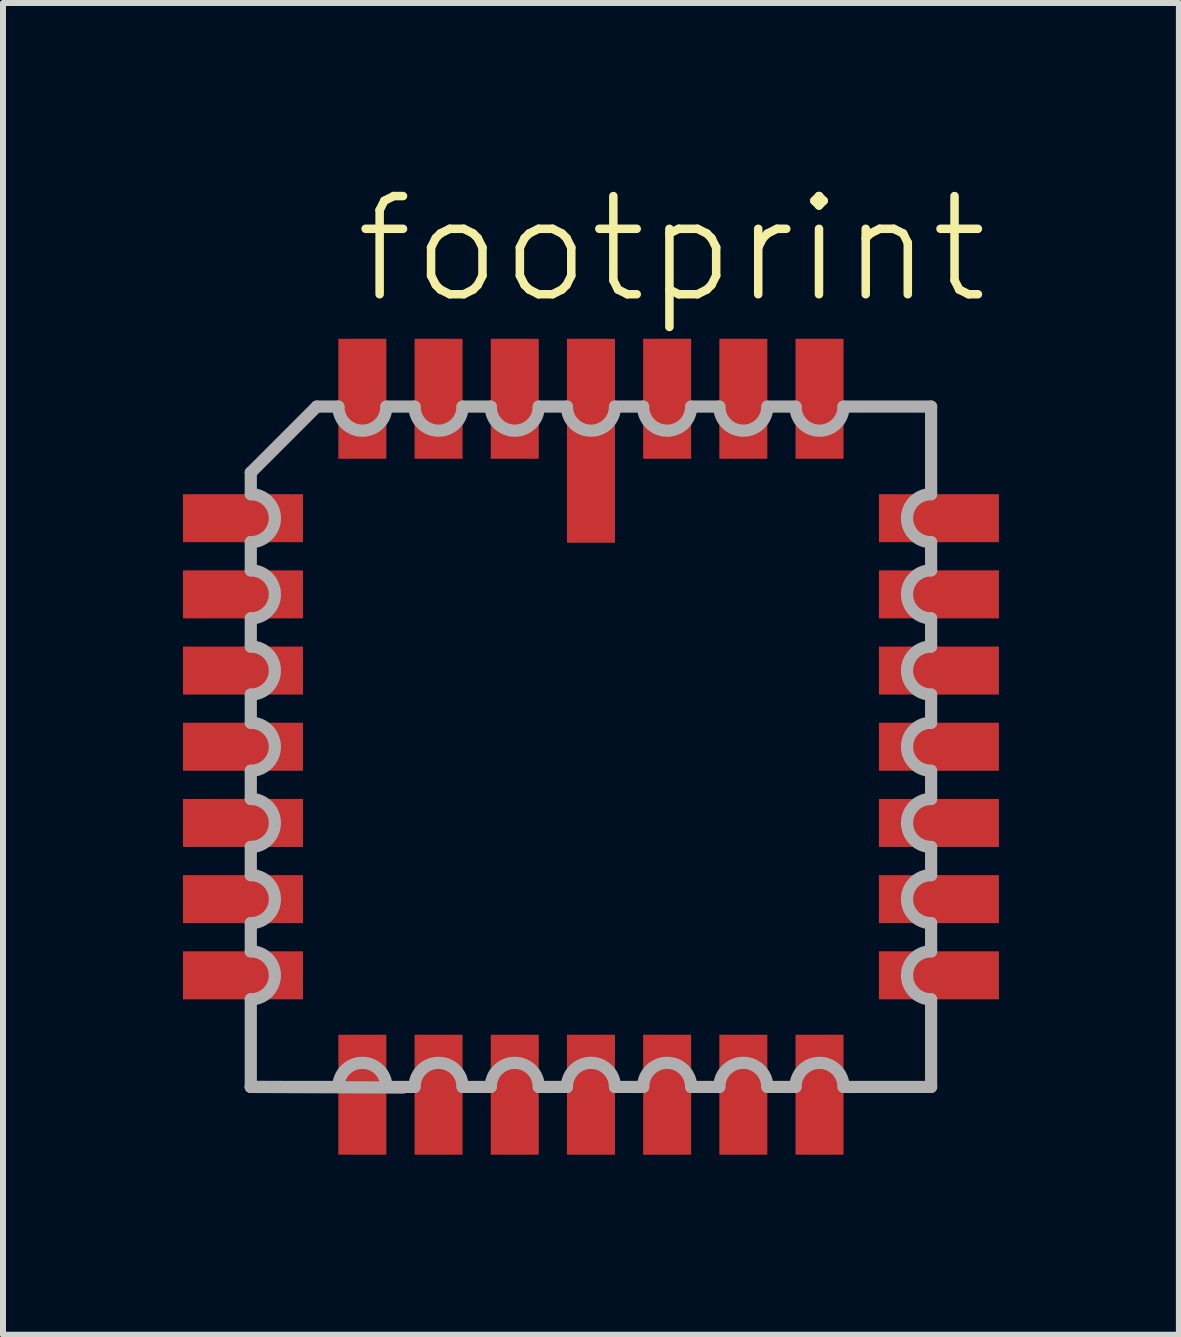
<source format=kicad_pcb>
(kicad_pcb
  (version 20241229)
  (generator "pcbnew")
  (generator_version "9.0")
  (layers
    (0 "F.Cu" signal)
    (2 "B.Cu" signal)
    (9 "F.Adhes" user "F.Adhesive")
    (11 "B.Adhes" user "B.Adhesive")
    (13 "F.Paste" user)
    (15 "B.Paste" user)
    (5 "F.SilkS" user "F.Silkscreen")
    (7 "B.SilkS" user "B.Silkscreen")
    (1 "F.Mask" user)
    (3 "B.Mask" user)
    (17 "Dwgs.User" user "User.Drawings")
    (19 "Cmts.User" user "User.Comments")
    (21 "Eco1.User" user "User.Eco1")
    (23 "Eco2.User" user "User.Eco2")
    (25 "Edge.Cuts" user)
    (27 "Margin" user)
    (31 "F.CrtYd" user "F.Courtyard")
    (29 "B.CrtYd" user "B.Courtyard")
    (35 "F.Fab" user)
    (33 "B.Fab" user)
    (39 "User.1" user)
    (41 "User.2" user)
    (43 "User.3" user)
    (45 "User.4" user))
  (footprint "footprint"
    (layer "F.Cu")
    (at 6.8 9.397)
    (property "Reference" "footprint" (at -4.005 -7.335 0) (layer "F.SilkS") (effects (font (size 1.636 1.636) (thickness 0.142)) (justify left bottom)))
    (fp_line (start -5.67 -4.57) (end -5.67 -4.21) (stroke (width 0.203) (type solid)) (layer "F.Fab"))
    (fp_line (start -5.67 -3.41) (end -5.67 -2.94) (stroke (width 0.203) (type solid)) (layer "F.Fab"))
    (fp_line (start -5.67 -2.14) (end -5.67 -1.67) (stroke (width 0.203) (type solid)) (layer "F.Fab"))
    (fp_line (start -5.67 -0.87) (end -5.67 -0.4) (stroke (width 0.203) (type solid)) (layer "F.Fab"))
    (fp_line (start -5.67 0.4) (end -5.67 0.87) (stroke (width 0.203) (type solid)) (layer "F.Fab"))
    (fp_line (start -5.67 1.67) (end -5.67 2.14) (stroke (width 0.203) (type solid)) (layer "F.Fab"))
    (fp_line (start -5.67 2.94) (end -5.67 3.41) (stroke (width 0.203) (type solid)) (layer "F.Fab"))
    (fp_line (start -5.67 4.21) (end -5.67 5.67) (stroke (width 0.203) (type solid)) (layer "F.Fab"))
    (fp_line (start -5.67 5.67) (end -4.21 5.67) (stroke (width 0.203) (type solid)) (layer "F.Fab"))
    (fp_line (start -5.67 5.67) (end -3.13 5.68) (stroke (width 0.203) (type solid)) (layer "F.Fab"))
    (fp_line (start -4.57 -5.67) (end -5.67 -4.57) (stroke (width 0.203) (type solid)) (layer "F.Fab"))
    (fp_line (start -4.21 -5.67) (end -4.57 -5.67) (stroke (width 0.203) (type solid)) (layer "F.Fab"))
    (fp_line (start -3.41 5.67) (end -2.94 5.67) (stroke (width 0.203) (type solid)) (layer "F.Fab"))
    (fp_line (start -2.94 -5.67) (end -3.41 -5.67) (stroke (width 0.203) (type solid)) (layer "F.Fab"))
    (fp_line (start -2.14 5.67) (end -1.67 5.67) (stroke (width 0.203) (type solid)) (layer "F.Fab"))
    (fp_line (start -1.67 -5.67) (end -2.14 -5.67) (stroke (width 0.203) (type solid)) (layer "F.Fab"))
    (fp_line (start -0.87 5.67) (end -0.4 5.67) (stroke (width 0.203) (type solid)) (layer "F.Fab"))
    (fp_line (start -0.4 -5.67) (end -0.87 -5.67) (stroke (width 0.203) (type solid)) (layer "F.Fab"))
    (fp_line (start 0.4 5.67) (end 0.87 5.67) (stroke (width 0.203) (type solid)) (layer "F.Fab"))
    (fp_line (start 0.87 -5.67) (end 0.4 -5.67) (stroke (width 0.203) (type solid)) (layer "F.Fab"))
    (fp_line (start 1.67 5.67) (end 2.14 5.67) (stroke (width 0.203) (type solid)) (layer "F.Fab"))
    (fp_line (start 2.14 -5.67) (end 1.67 -5.67) (stroke (width 0.203) (type solid)) (layer "F.Fab"))
    (fp_line (start 2.94 5.67) (end 3.41 5.67) (stroke (width 0.203) (type solid)) (layer "F.Fab"))
    (fp_line (start 3.41 -5.67) (end 2.94 -5.67) (stroke (width 0.203) (type solid)) (layer "F.Fab"))
    (fp_line (start 4.21 5.67) (end 5.67 5.67) (stroke (width 0.203) (type solid)) (layer "F.Fab"))
    (fp_line (start 5.67 -5.67) (end 4.21 -5.67) (stroke (width 0.203) (type solid)) (layer "F.Fab"))
    (fp_line (start 5.67 -4.21) (end 5.67 -5.67) (stroke (width 0.203) (type solid)) (layer "F.Fab"))
    (fp_line (start 5.67 -2.94) (end 5.67 -3.41) (stroke (width 0.203) (type solid)) (layer "F.Fab"))
    (fp_line (start 5.67 -1.67) (end 5.67 -2.14) (stroke (width 0.203) (type solid)) (layer "F.Fab"))
    (fp_line (start 5.67 -0.4) (end 5.67 -0.87) (stroke (width 0.203) (type solid)) (layer "F.Fab"))
    (fp_line (start 5.67 0.87) (end 5.67 0.4) (stroke (width 0.203) (type solid)) (layer "F.Fab"))
    (fp_line (start 5.67 2.14) (end 5.67 1.67) (stroke (width 0.203) (type solid)) (layer "F.Fab"))
    (fp_line (start 5.67 3.41) (end 5.67 2.94) (stroke (width 0.203) (type solid)) (layer "F.Fab"))
    (fp_line (start 5.67 5.67) (end 5.67 4.21) (stroke (width 0.203) (type solid)) (layer "F.Fab"))
    (fp_arc (start -5.6685 -4.21) (mid -5.2685 -3.81) (end -5.6685 -3.41) (stroke (width 0.2032) (type solid)) (layer "F.Fab"))
    (fp_arc (start -5.6685 -2.94) (mid -5.2685 -2.54) (end -5.6685 -2.14) (stroke (width 0.2032) (type solid)) (layer "F.Fab"))
    (fp_arc (start -5.6685 -1.67) (mid -5.2685 -1.27) (end -5.6685 -0.87) (stroke (width 0.2032) (type solid)) (layer "F.Fab"))
    (fp_arc (start -5.6685 -0.4001) (mid -5.2684 0) (end -5.6685 0.4001) (stroke (width 0.2032) (type solid)) (layer "F.Fab"))
    (fp_arc (start -5.6685 0.8699) (mid -5.2684 1.27) (end -5.6685 1.6701) (stroke (width 0.2032) (type solid)) (layer "F.Fab"))
    (fp_arc (start -5.6685 2.1399) (mid -5.2684 2.54) (end -5.6685 2.9401) (stroke (width 0.2032) (type solid)) (layer "F.Fab"))
    (fp_arc (start -5.6685 3.4099) (mid -5.2684 3.81) (end -5.6685 4.2101) (stroke (width 0.2032) (type solid)) (layer "F.Fab"))
    (fp_arc (start -4.2101 5.6685) (mid -3.81 5.2684) (end -3.4099 5.6685) (stroke (width 0.2032) (type solid)) (layer "F.Fab"))
    (fp_arc (start -3.4099 -5.6685) (mid -3.81 -5.2684) (end -4.2101 -5.6685) (stroke (width 0.2032) (type solid)) (layer "F.Fab"))
    (fp_arc (start -2.9401 5.6685) (mid -2.54 5.2684) (end -2.1399 5.6685) (stroke (width 0.2032) (type solid)) (layer "F.Fab"))
    (fp_arc (start -2.1399 -5.6685) (mid -2.54 -5.2684) (end -2.9401 -5.6685) (stroke (width 0.2032) (type solid)) (layer "F.Fab"))
    (fp_arc (start -1.6701 5.6685) (mid -1.27 5.2684) (end -0.8699 5.6685) (stroke (width 0.2032) (type solid)) (layer "F.Fab"))
    (fp_arc (start -0.8699 -5.6685) (mid -1.27 -5.2684) (end -1.6701 -5.6685) (stroke (width 0.2032) (type solid)) (layer "F.Fab"))
    (fp_arc (start -0.4001 5.6685) (mid 0 5.2684) (end 0.4001 5.6685) (stroke (width 0.2032) (type solid)) (layer "F.Fab"))
    (fp_arc (start 0.4001 -5.6685) (mid 0 -5.2684) (end -0.4001 -5.6685) (stroke (width 0.2032) (type solid)) (layer "F.Fab"))
    (fp_arc (start 0.87 5.6685) (mid 1.27 5.2685) (end 1.67 5.6685) (stroke (width 0.2032) (type solid)) (layer "F.Fab"))
    (fp_arc (start 1.67 -5.6685) (mid 1.27 -5.2685) (end 0.87 -5.6685) (stroke (width 0.2032) (type solid)) (layer "F.Fab"))
    (fp_arc (start 2.14 5.6685) (mid 2.54 5.2685) (end 2.94 5.6685) (stroke (width 0.2032) (type solid)) (layer "F.Fab"))
    (fp_arc (start 2.94 -5.6685) (mid 2.54 -5.2685) (end 2.14 -5.6685) (stroke (width 0.2032) (type solid)) (layer "F.Fab"))
    (fp_arc (start 3.41 5.6685) (mid 3.81 5.2685) (end 4.21 5.6685) (stroke (width 0.2032) (type solid)) (layer "F.Fab"))
    (fp_arc (start 4.21 -5.6685) (mid 3.81 -5.2685) (end 3.41 -5.6685) (stroke (width 0.2032) (type solid)) (layer "F.Fab"))
    (fp_arc (start 5.6685 -3.4099) (mid 5.2684 -3.81) (end 5.6685 -4.2101) (stroke (width 0.2032) (type solid)) (layer "F.Fab"))
    (fp_arc (start 5.6685 -2.1399) (mid 5.2684 -2.54) (end 5.6685 -2.9401) (stroke (width 0.2032) (type solid)) (layer "F.Fab"))
    (fp_arc (start 5.6685 -0.8699) (mid 5.2684 -1.27) (end 5.6685 -1.6701) (stroke (width 0.2032) (type solid)) (layer "F.Fab"))
    (fp_arc (start 5.6685 0.4001) (mid 5.2684 0) (end 5.6685 -0.4001) (stroke (width 0.2032) (type solid)) (layer "F.Fab"))
    (fp_arc (start 5.6685 1.67) (mid 5.2685 1.27) (end 5.6685 0.87) (stroke (width 0.2032) (type solid)) (layer "F.Fab"))
    (fp_arc (start 5.6685 2.94) (mid 5.2685 2.54) (end 5.6685 2.14) (stroke (width 0.2032) (type solid)) (layer "F.Fab"))
    (fp_arc (start 5.6685 4.21) (mid 5.2685 3.81) (end 5.6685 3.41) (stroke (width 0.2032) (type solid)) (layer "F.Fab"))
    (pad "1" smd rect (at 0 -5.1) (size 0.8 3.4) (layers "F.Cu" "F.Mask" "F.Paste"))
    (pad "2" smd rect (at -1.27 -5.8) (size 0.8 2) (layers "F.Cu" "F.Mask" "F.Paste"))
    (pad "3" smd rect (at -2.54 -5.8) (size 0.8 2) (layers "F.Cu" "F.Mask" "F.Paste"))
    (pad "4" smd rect (at -3.81 -5.8) (size 0.8 2) (layers "F.Cu" "F.Mask" "F.Paste"))
    (pad "5" smd rect (at -5.8 -3.81) (size 2 0.8) (layers "F.Cu" "F.Mask" "F.Paste"))
    (pad "6" smd rect (at -5.8 -2.54) (size 2 0.8) (layers "F.Cu" "F.Mask" "F.Paste"))
    (pad "7" smd rect (at -5.8 -1.27) (size 2 0.8) (layers "F.Cu" "F.Mask" "F.Paste"))
    (pad "8" smd rect (at -5.8 0) (size 2 0.8) (layers "F.Cu" "F.Mask" "F.Paste"))
    (pad "9" smd rect (at -5.8 1.27) (size 2 0.8) (layers "F.Cu" "F.Mask" "F.Paste"))
    (pad "10" smd rect (at -5.8 2.54) (size 2 0.8) (layers "F.Cu" "F.Mask" "F.Paste"))
    (pad "11" smd rect (at -5.8 3.81) (size 2 0.8) (layers "F.Cu" "F.Mask" "F.Paste"))
    (pad "12" smd rect (at -3.81 5.8) (size 0.8 2) (layers "F.Cu" "F.Mask" "F.Paste"))
    (pad "13" smd rect (at -2.54 5.8) (size 0.8 2) (layers "F.Cu" "F.Mask" "F.Paste"))
    (pad "14" smd rect (at -1.27 5.8) (size 0.8 2) (layers "F.Cu" "F.Mask" "F.Paste"))
    (pad "15" smd rect (at 0 5.8) (size 0.8 2) (layers "F.Cu" "F.Mask" "F.Paste"))
    (pad "16" smd rect (at 1.27 5.8) (size 0.8 2) (layers "F.Cu" "F.Mask" "F.Paste"))
    (pad "17" smd rect (at 2.54 5.8) (size 0.8 2) (layers "F.Cu" "F.Mask" "F.Paste"))
    (pad "18" smd rect (at 3.81 5.8) (size 0.8 2) (layers "F.Cu" "F.Mask" "F.Paste"))
    (pad "19" smd rect (at 5.8 3.81) (size 2 0.8) (layers "F.Cu" "F.Mask" "F.Paste"))
    (pad "20" smd rect (at 5.8 2.54) (size 2 0.8) (layers "F.Cu" "F.Mask" "F.Paste"))
    (pad "21" smd rect (at 5.8 1.27) (size 2 0.8) (layers "F.Cu" "F.Mask" "F.Paste"))
    (pad "22" smd rect (at 5.8 0) (size 2 0.8) (layers "F.Cu" "F.Mask" "F.Paste"))
    (pad "23" smd rect (at 5.8 -1.27) (size 2 0.8) (layers "F.Cu" "F.Mask" "F.Paste"))
    (pad "24" smd rect (at 5.8 -2.54) (size 2 0.8) (layers "F.Cu" "F.Mask" "F.Paste"))
    (pad "25" smd rect (at 5.8 -3.81) (size 2 0.8) (layers "F.Cu" "F.Mask" "F.Paste"))
    (pad "26" smd rect (at 3.81 -5.8) (size 0.8 2) (layers "F.Cu" "F.Mask" "F.Paste"))
    (pad "27" smd rect (at 2.54 -5.8) (size 0.8 2) (layers "F.Cu" "F.Mask" "F.Paste"))
    (pad "28" smd rect (at 1.27 -5.8) (size 0.8 2) (layers "F.Cu" "F.Mask" "F.Paste")))
  (gr_rect
    (start -3 -3)
    (end 16.6 19.198)
    (stroke (width 0.1) (type default))
    (fill no)
    (layer "Edge.Cuts")))
</source>
